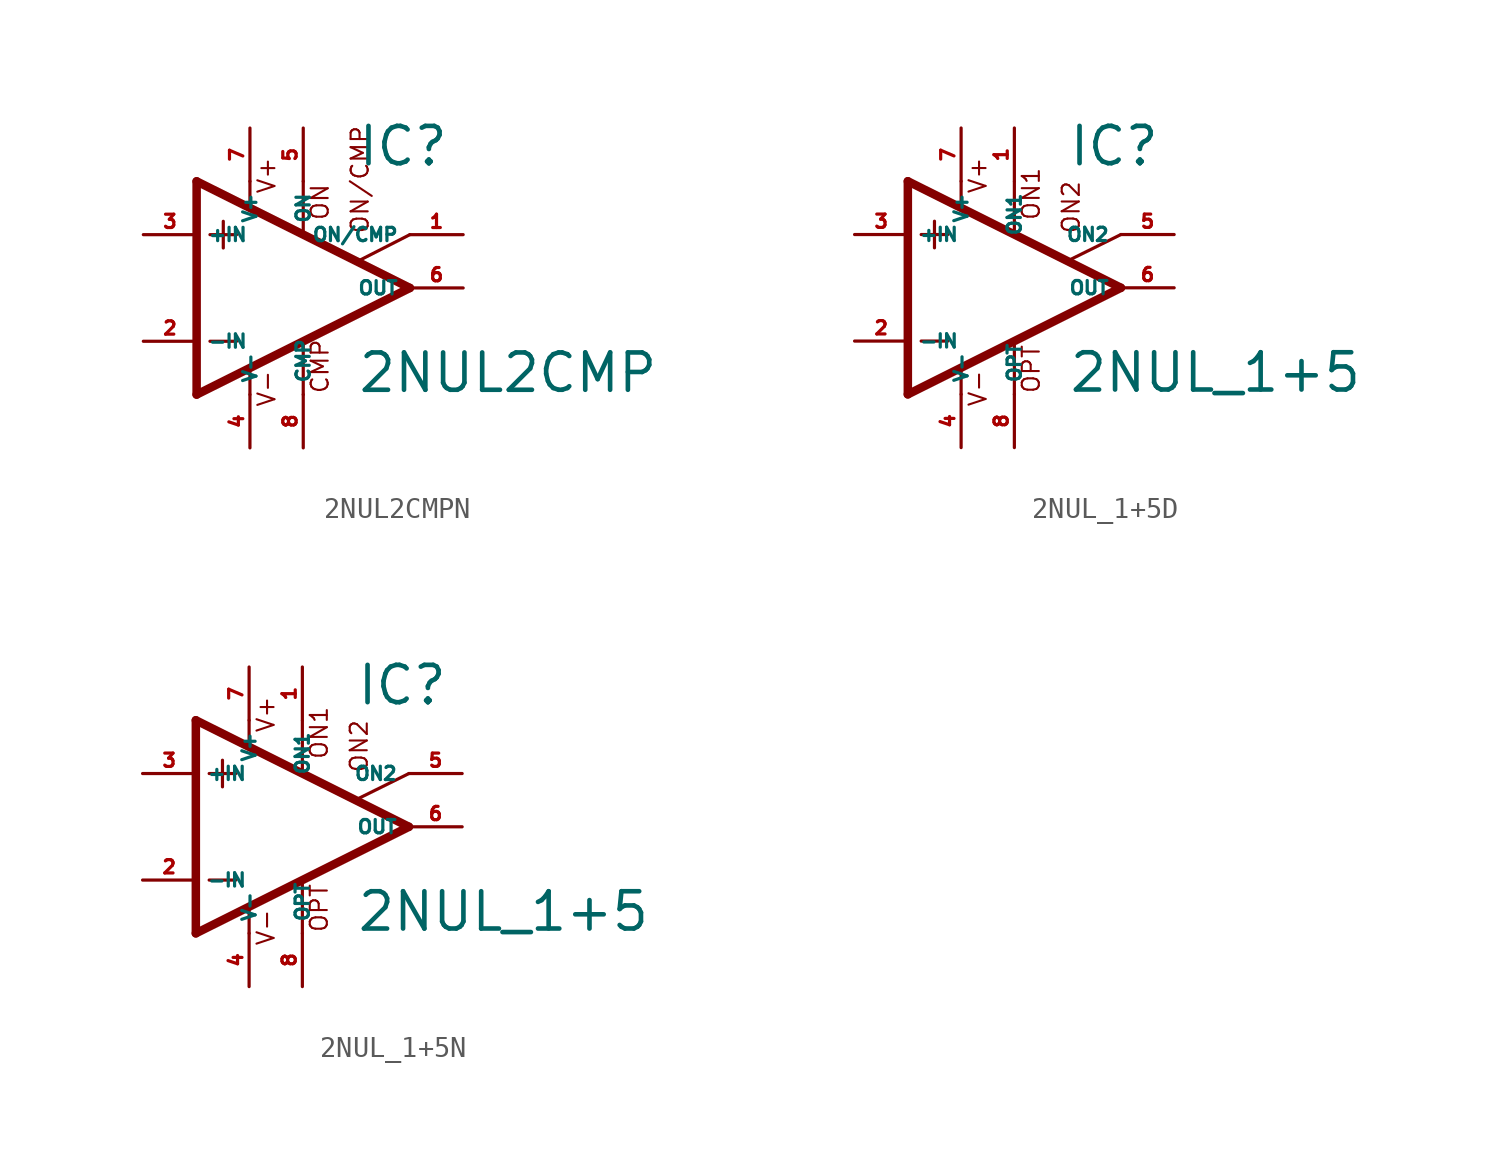
<source format=kicad_sym>
(kicad_symbol_lib
  (version 20220914)
  (generator Eagle2Kicad)
  (symbol "2NUL2CMPN"
    (property "Reference" "IC"
      (at 2.54 5.715 0)
      (effects (font (size 1.778 1.778) (thickness 0.22)) (justify left bottom)))
    (property "Value" "2NUL2CMP"
      (at 2.54 -5.08 0)
      (effects (font (size 1.778 1.778) (thickness 0.22)) (justify left bottom)))
    (polyline
      (pts (xy -3.81 3.175) (xy -3.81 1.905))
      (stroke (width 0.152) (type default))
      (fill (type none)))
    (polyline
      (pts (xy -4.445 2.54) (xy -3.175 2.54))
      (stroke (width 0.152) (type default))
      (fill (type none)))
    (polyline
      (pts (xy -4.445 -2.54) (xy -3.175 -2.54))
      (stroke (width 0.152) (type default))
      (fill (type none)))
    (polyline
      (pts (xy -5.08 5.08) (xy -5.08 -5.08))
      (stroke (width 0.406) (type default))
      (fill (type none)))
    (polyline
      (pts (xy -2.54 5.08) (xy -2.54 3.886))
      (stroke (width 0.152) (type default))
      (fill (type none)))
    (polyline
      (pts (xy 0 5.08) (xy 0 2.616))
      (stroke (width 0.152) (type default))
      (fill (type none)))
    (polyline
      (pts (xy 0 -5.08) (xy 0 -2.616))
      (stroke (width 0.152) (type default))
      (fill (type none)))
    (polyline
      (pts (xy 2.692 1.321) (xy 5.08 2.54))
      (stroke (width 0.152) (type default))
      (fill (type none)))
    (polyline
      (pts (xy -5.08 5.08) (xy 5.08 0))
      (stroke (width 0.406) (type default))
      (fill (type none)))
    (polyline
      (pts (xy -2.54 -3.886) (xy -2.54 -5.08))
      (stroke (width 0.152) (type default))
      (fill (type none)))
    (polyline
      (pts (xy -5.08 -5.08) (xy 5.08 0))
      (stroke (width 0.406) (type default))
      (fill (type none)))
    (text "ON"
      (at 1.27 3.175 900)
      (effects (font (size 0.813 0.813) (thickness 0.10)) (justify left bottom)))
    (text "CMP"
      (at 1.27 -5.08 900)
      (effects (font (size 0.813 0.813) (thickness 0.10)) (justify left bottom)))
    (text "ON/CMP"
      (at 3.175 2.54 900)
      (effects (font (size 0.813 0.813) (thickness 0.10)) (justify left bottom)))
    (text "V+"
      (at -1.27 4.445 900)
      (effects (font (size 0.813 0.813) (thickness 0.10)) (justify left bottom)))
    (text "V-"
      (at -1.27 -5.715 900)
      (effects (font (size 0.813 0.813) (thickness 0.10)) (justify left bottom)))
    (pin passive line
      (at 7.62 2.54 180)
      (length 2.54)
      (name "ON/CMP" (effects (font (size 0.635 0.635) (thickness 0.08)) (justify left bottom)))
      (number "1" (effects (font (size 0.635 0.635) (thickness 0.08)) (justify left bottom))))
    (pin input line
      (at -7.62 -2.54 0)
      (length 2.54)
      (name "-IN" (effects (font (size 0.635 0.635) (thickness 0.08)) (justify left bottom)))
      (number "2" (effects (font (size 0.635 0.635) (thickness 0.08)) (justify left bottom))))
    (pin input line
      (at -7.62 2.54 0)
      (length 2.54)
      (name "+IN" (effects (font (size 0.635 0.635) (thickness 0.08)) (justify left bottom)))
      (number "3" (effects (font (size 0.635 0.635) (thickness 0.08)) (justify left bottom))))
    (pin passive line
      (at 0 7.62 270)
      (length 2.54)
      (name "ON" (effects (font (size 0.635 0.635) (thickness 0.08)) (justify left bottom)))
      (number "5" (effects (font (size 0.635 0.635) (thickness 0.08)) (justify left bottom))))
    (pin output line
      (at 7.62 0 180)
      (length 2.54)
      (name "OUT" (effects (font (size 0.635 0.635) (thickness 0.08)) (justify left bottom)))
      (number "6" (effects (font (size 0.635 0.635) (thickness 0.08)) (justify left bottom))))
    (pin passive line
      (at 0 -7.62 90)
      (length 2.54)
      (name "CMP" (effects (font (size 0.635 0.635) (thickness 0.08)) (justify left bottom)))
      (number "8" (effects (font (size 0.635 0.635) (thickness 0.08)) (justify left bottom))))
    (pin unspecified line
      (at -2.54 7.62 270)
      (length 2.54)
      (name "V+" (effects (font (size 0.635 0.635) (thickness 0.08)) (justify left bottom)))
      (number "7" (effects (font (size 0.635 0.635) (thickness 0.08)) (justify left bottom))))
    (pin unspecified line
      (at -2.54 -7.62 90)
      (length 2.54)
      (name "V-" (effects (font (size 0.635 0.635) (thickness 0.08)) (justify left bottom)))
      (number "4" (effects (font (size 0.635 0.635) (thickness 0.08)) (justify left bottom)))))
  (symbol "2NUL_1+5D"
    (property "Reference" "IC"
      (at 2.54 5.715 0)
      (effects (font (size 1.778 1.778) (thickness 0.22)) (justify left bottom)))
    (property "Value" "2NUL_1+5"
      (at 2.54 -5.08 0)
      (effects (font (size 1.778 1.778) (thickness 0.22)) (justify left bottom)))
    (polyline
      (pts (xy -3.81 3.175) (xy -3.81 1.905))
      (stroke (width 0.152) (type default))
      (fill (type none)))
    (polyline
      (pts (xy -4.445 2.54) (xy -3.175 2.54))
      (stroke (width 0.152) (type default))
      (fill (type none)))
    (polyline
      (pts (xy -4.445 -2.54) (xy -3.175 -2.54))
      (stroke (width 0.152) (type default))
      (fill (type none)))
    (polyline
      (pts (xy -2.54 5.08) (xy -2.54 3.886))
      (stroke (width 0.152) (type default))
      (fill (type none)))
    (polyline
      (pts (xy 0 5.055) (xy 0 2.616))
      (stroke (width 0.152) (type default))
      (fill (type none)))
    (polyline
      (pts (xy 0 -2.616) (xy 0 -5.08))
      (stroke (width 0.152) (type default))
      (fill (type none)))
    (polyline
      (pts (xy -2.54 -3.912) (xy -2.54 -5.08))
      (stroke (width 0.152) (type default))
      (fill (type none)))
    (polyline
      (pts (xy 5.08 2.54) (xy 2.616 1.321))
      (stroke (width 0.152) (type default))
      (fill (type none)))
    (polyline
      (pts (xy 5.08 0) (xy -5.08 5.08))
      (stroke (width 0.406) (type default))
      (fill (type none)))
    (polyline
      (pts (xy -5.08 5.08) (xy -5.08 -5.08))
      (stroke (width 0.406) (type default))
      (fill (type none)))
    (polyline
      (pts (xy -5.08 -5.08) (xy 5.08 0))
      (stroke (width 0.406) (type default))
      (fill (type none)))
    (text "ON1"
      (at 1.27 3.175 900)
      (effects (font (size 0.813 0.813) (thickness 0.10)) (justify left bottom)))
    (text "ON2"
      (at 3.175 2.54 900)
      (effects (font (size 0.813 0.813) (thickness 0.10)) (justify left bottom)))
    (text "OPT"
      (at 1.27 -5.08 900)
      (effects (font (size 0.813 0.813) (thickness 0.10)) (justify left bottom)))
    (text "V+"
      (at -1.27 4.445 900)
      (effects (font (size 0.813 0.813) (thickness 0.10)) (justify left bottom)))
    (text "V-"
      (at -1.27 -5.715 900)
      (effects (font (size 0.813 0.813) (thickness 0.10)) (justify left bottom)))
    (pin passive line
      (at 7.62 2.54 180)
      (length 2.54)
      (name "ON2" (effects (font (size 0.635 0.635) (thickness 0.08)) (justify left bottom)))
      (number "5" (effects (font (size 0.635 0.635) (thickness 0.08)) (justify left bottom))))
    (pin passive line
      (at 0 7.62 270)
      (length 2.54)
      (name "ON1" (effects (font (size 0.635 0.635) (thickness 0.08)) (justify left bottom)))
      (number "1" (effects (font (size 0.635 0.635) (thickness 0.08)) (justify left bottom))))
    (pin input line
      (at -7.62 -2.54 0)
      (length 2.54)
      (name "-IN" (effects (font (size 0.635 0.635) (thickness 0.08)) (justify left bottom)))
      (number "2" (effects (font (size 0.635 0.635) (thickness 0.08)) (justify left bottom))))
    (pin input line
      (at -7.62 2.54 0)
      (length 2.54)
      (name "+IN" (effects (font (size 0.635 0.635) (thickness 0.08)) (justify left bottom)))
      (number "3" (effects (font (size 0.635 0.635) (thickness 0.08)) (justify left bottom))))
    (pin output line
      (at 7.62 0 180)
      (length 2.54)
      (name "OUT" (effects (font (size 0.635 0.635) (thickness 0.08)) (justify left bottom)))
      (number "6" (effects (font (size 0.635 0.635) (thickness 0.08)) (justify left bottom))))
    (pin passive line
      (at 0 -7.62 90)
      (length 2.54)
      (name "OPT" (effects (font (size 0.635 0.635) (thickness 0.08)) (justify left bottom)))
      (number "8" (effects (font (size 0.635 0.635) (thickness 0.08)) (justify left bottom))))
    (pin unspecified line
      (at -2.54 7.62 270)
      (length 2.54)
      (name "V+" (effects (font (size 0.635 0.635) (thickness 0.08)) (justify left bottom)))
      (number "7" (effects (font (size 0.635 0.635) (thickness 0.08)) (justify left bottom))))
    (pin unspecified line
      (at -2.54 -7.62 90)
      (length 2.54)
      (name "V-" (effects (font (size 0.635 0.635) (thickness 0.08)) (justify left bottom)))
      (number "4" (effects (font (size 0.635 0.635) (thickness 0.08)) (justify left bottom)))))
  (symbol "2NUL_1+5N"
    (property "Reference" "IC"
      (at 2.54 5.715 0)
      (effects (font (size 1.778 1.778) (thickness 0.22)) (justify left bottom)))
    (property "Value" "2NUL_1+5"
      (at 2.54 -5.08 0)
      (effects (font (size 1.778 1.778) (thickness 0.22)) (justify left bottom)))
    (polyline
      (pts (xy -3.81 3.175) (xy -3.81 1.905))
      (stroke (width 0.152) (type default))
      (fill (type none)))
    (polyline
      (pts (xy -4.445 2.54) (xy -3.175 2.54))
      (stroke (width 0.152) (type default))
      (fill (type none)))
    (polyline
      (pts (xy -4.445 -2.54) (xy -3.175 -2.54))
      (stroke (width 0.152) (type default))
      (fill (type none)))
    (polyline
      (pts (xy -2.54 5.08) (xy -2.54 3.886))
      (stroke (width 0.152) (type default))
      (fill (type none)))
    (polyline
      (pts (xy 0 5.055) (xy 0 2.616))
      (stroke (width 0.152) (type default))
      (fill (type none)))
    (polyline
      (pts (xy 0 -2.616) (xy 0 -5.08))
      (stroke (width 0.152) (type default))
      (fill (type none)))
    (polyline
      (pts (xy -2.54 -3.912) (xy -2.54 -5.08))
      (stroke (width 0.152) (type default))
      (fill (type none)))
    (polyline
      (pts (xy 5.08 2.54) (xy 2.616 1.321))
      (stroke (width 0.152) (type default))
      (fill (type none)))
    (polyline
      (pts (xy 5.08 0) (xy -5.08 5.08))
      (stroke (width 0.406) (type default))
      (fill (type none)))
    (polyline
      (pts (xy -5.08 5.08) (xy -5.08 -5.08))
      (stroke (width 0.406) (type default))
      (fill (type none)))
    (polyline
      (pts (xy -5.08 -5.08) (xy 5.08 0))
      (stroke (width 0.406) (type default))
      (fill (type none)))
    (text "ON1"
      (at 1.27 3.175 900)
      (effects (font (size 0.813 0.813) (thickness 0.10)) (justify left bottom)))
    (text "ON2"
      (at 3.175 2.54 900)
      (effects (font (size 0.813 0.813) (thickness 0.10)) (justify left bottom)))
    (text "OPT"
      (at 1.27 -5.08 900)
      (effects (font (size 0.813 0.813) (thickness 0.10)) (justify left bottom)))
    (text "V+"
      (at -1.27 4.445 900)
      (effects (font (size 0.813 0.813) (thickness 0.10)) (justify left bottom)))
    (text "V-"
      (at -1.27 -5.715 900)
      (effects (font (size 0.813 0.813) (thickness 0.10)) (justify left bottom)))
    (pin passive line
      (at 7.62 2.54 180)
      (length 2.54)
      (name "ON2" (effects (font (size 0.635 0.635) (thickness 0.08)) (justify left bottom)))
      (number "5" (effects (font (size 0.635 0.635) (thickness 0.08)) (justify left bottom))))
    (pin passive line
      (at 0 7.62 270)
      (length 2.54)
      (name "ON1" (effects (font (size 0.635 0.635) (thickness 0.08)) (justify left bottom)))
      (number "1" (effects (font (size 0.635 0.635) (thickness 0.08)) (justify left bottom))))
    (pin input line
      (at -7.62 -2.54 0)
      (length 2.54)
      (name "-IN" (effects (font (size 0.635 0.635) (thickness 0.08)) (justify left bottom)))
      (number "2" (effects (font (size 0.635 0.635) (thickness 0.08)) (justify left bottom))))
    (pin input line
      (at -7.62 2.54 0)
      (length 2.54)
      (name "+IN" (effects (font (size 0.635 0.635) (thickness 0.08)) (justify left bottom)))
      (number "3" (effects (font (size 0.635 0.635) (thickness 0.08)) (justify left bottom))))
    (pin output line
      (at 7.62 0 180)
      (length 2.54)
      (name "OUT" (effects (font (size 0.635 0.635) (thickness 0.08)) (justify left bottom)))
      (number "6" (effects (font (size 0.635 0.635) (thickness 0.08)) (justify left bottom))))
    (pin passive line
      (at 0 -7.62 90)
      (length 2.54)
      (name "OPT" (effects (font (size 0.635 0.635) (thickness 0.08)) (justify left bottom)))
      (number "8" (effects (font (size 0.635 0.635) (thickness 0.08)) (justify left bottom))))
    (pin unspecified line
      (at -2.54 7.62 270)
      (length 2.54)
      (name "V+" (effects (font (size 0.635 0.635) (thickness 0.08)) (justify left bottom)))
      (number "7" (effects (font (size 0.635 0.635) (thickness 0.08)) (justify left bottom))))
    (pin unspecified line
      (at -2.54 -7.62 90)
      (length 2.54)
      (name "V-" (effects (font (size 0.635 0.635) (thickness 0.08)) (justify left bottom)))
      (number "4" (effects (font (size 0.635 0.635) (thickness 0.08)) (justify left bottom))))))
</source>
